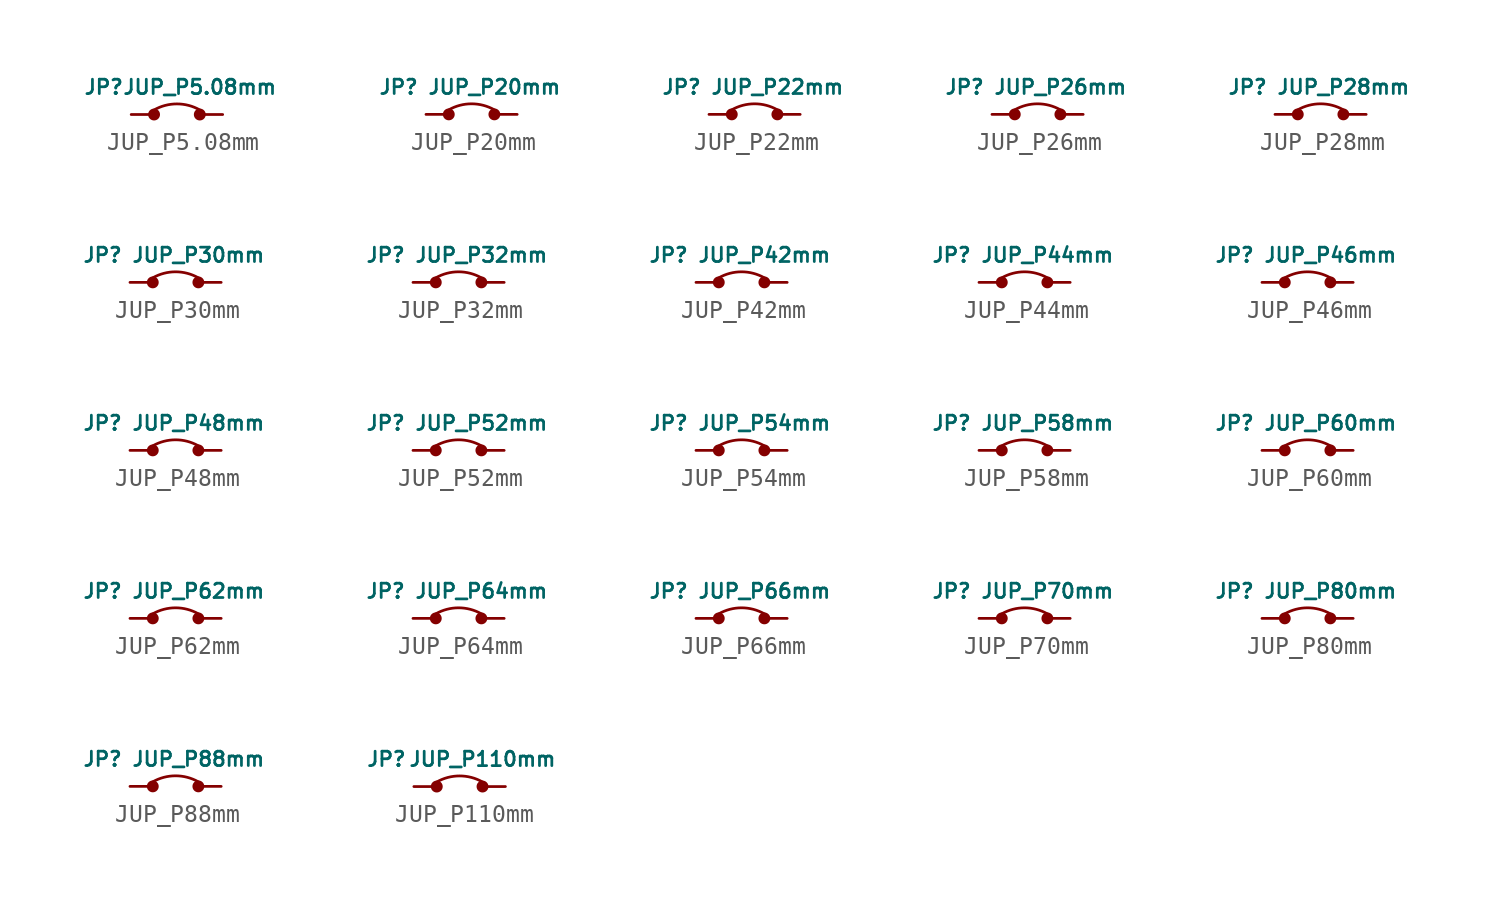
<source format=kicad_sym>
(kicad_symbol_lib
  (version 20211014)
  (generator kicad_symbol_editor)
  (symbol "JUP_P5.08mm"
    (property "Reference" "JP"
      (at -4.064 1.524 0)
      (effects (font (size 0.8 0.8))))
    (property "Value" "JUP_P5.08mm"
      (at 1.27 1.524 0)
      (effects (font (size 0.8 0.8))))
    (symbol "JUP_P5.08mm_0_1"
      (circle (center -1.27 0) (radius 0.254) (stroke (width 0) (type default) (color 0 0 0 0)) (fill (type outline)))
      (circle (center 1.27 0) (radius 0.254) (stroke (width 0) (type default) (color 0 0 0 0)) (fill (type outline)))
      (arc (start 1.27 0.254) (mid 0 0.5892) (end -1.27 0.254) (stroke (width 0) (type default) (color 0 0 0 0)) (fill (type none))))
    (symbol "JUP_P5.08mm_1_1"
      (pin passive line (at -2.54 0 0) (length 1.2) (name "" (effects (font (size 1.27 1.27)))) (number "1" (effects (font (size 0 0)))))
      (pin passive line (at 2.54 0 180) (length 1.2) (name "" (effects (font (size 1.27 1.27)))) (number "2" (effects (font (size 0 0)))))))
  (symbol "JUP_P20mm"
    (property "Reference" "JP"
      (at -4.064 1.524 0)
      (effects (font (size 0.8 0.8))))
    (property "Value" "JUP_P20mm"
      (at 1.27 1.524 0)
      (effects (font (size 0.8 0.8))))
    (symbol "JUP_P20mm_0_1"
      (circle (center -1.27 0) (radius 0.254) (stroke (width 0) (type default) (color 0 0 0 0)) (fill (type outline)))
      (circle (center 1.27 0) (radius 0.254) (stroke (width 0) (type default) (color 0 0 0 0)) (fill (type outline)))
      (arc (start 1.27 0.254) (mid 0 0.5892) (end -1.27 0.254) (stroke (width 0) (type default) (color 0 0 0 0)) (fill (type none))))
    (symbol "JUP_P20mm_1_1"
      (pin passive line (at -2.54 0 0) (length 1.2) (name "" (effects (font (size 1.27 1.27)))) (number "1" (effects (font (size 0 0)))))
      (pin passive line (at 2.54 0 180) (length 1.2) (name "" (effects (font (size 1.27 1.27)))) (number "2" (effects (font (size 0 0)))))))
  (symbol "JUP_P22mm"
    (property "Reference" "JP"
      (at -4.064 1.524 0)
      (effects (font (size 0.8 0.8))))
    (property "Value" "JUP_P22mm"
      (at 1.27 1.524 0)
      (effects (font (size 0.8 0.8))))
    (symbol "JUP_P22mm_0_1"
      (circle (center -1.27 0) (radius 0.254) (stroke (width 0) (type default) (color 0 0 0 0)) (fill (type outline)))
      (circle (center 1.27 0) (radius 0.254) (stroke (width 0) (type default) (color 0 0 0 0)) (fill (type outline)))
      (arc (start 1.27 0.254) (mid 0 0.5892) (end -1.27 0.254) (stroke (width 0) (type default) (color 0 0 0 0)) (fill (type none))))
    (symbol "JUP_P22mm_1_1"
      (pin passive line (at -2.54 0 0) (length 1.2) (name "" (effects (font (size 1.27 1.27)))) (number "1" (effects (font (size 0 0)))))
      (pin passive line (at 2.54 0 180) (length 1.2) (name "" (effects (font (size 1.27 1.27)))) (number "2" (effects (font (size 0 0)))))))
  (symbol "JUP_P26mm"
    (property "Reference" "JP"
      (at -4.064 1.524 0)
      (effects (font (size 0.8 0.8))))
    (property "Value" "JUP_P26mm"
      (at 1.27 1.524 0)
      (effects (font (size 0.8 0.8))))
    (symbol "JUP_P26mm_0_1"
      (circle (center -1.27 0) (radius 0.254) (stroke (width 0) (type default) (color 0 0 0 0)) (fill (type outline)))
      (circle (center 1.27 0) (radius 0.254) (stroke (width 0) (type default) (color 0 0 0 0)) (fill (type outline)))
      (arc (start 1.27 0.254) (mid 0 0.5892) (end -1.27 0.254) (stroke (width 0) (type default) (color 0 0 0 0)) (fill (type none))))
    (symbol "JUP_P26mm_1_1"
      (pin passive line (at -2.54 0 0) (length 1.2) (name "" (effects (font (size 1.27 1.27)))) (number "1" (effects (font (size 0 0)))))
      (pin passive line (at 2.54 0 180) (length 1.2) (name "" (effects (font (size 1.27 1.27)))) (number "2" (effects (font (size 0 0)))))))
  (symbol "JUP_P28mm"
    (property "Reference" "JP"
      (at -4.064 1.524 0)
      (effects (font (size 0.8 0.8))))
    (property "Value" "JUP_P28mm"
      (at 1.27 1.524 0)
      (effects (font (size 0.8 0.8))))
    (symbol "JUP_P28mm_0_1"
      (circle (center -1.27 0) (radius 0.254) (stroke (width 0) (type default) (color 0 0 0 0)) (fill (type outline)))
      (circle (center 1.27 0) (radius 0.254) (stroke (width 0) (type default) (color 0 0 0 0)) (fill (type outline)))
      (arc (start 1.27 0.254) (mid 0 0.5892) (end -1.27 0.254) (stroke (width 0) (type default) (color 0 0 0 0)) (fill (type none))))
    (symbol "JUP_P28mm_1_1"
      (pin passive line (at -2.54 0 0) (length 1.2) (name "" (effects (font (size 1.27 1.27)))) (number "1" (effects (font (size 0 0)))))
      (pin passive line (at 2.54 0 180) (length 1.2) (name "" (effects (font (size 1.27 1.27)))) (number "2" (effects (font (size 0 0)))))))
  (symbol "JUP_P30mm"
    (property "Reference" "JP"
      (at -4.064 1.524 0)
      (effects (font (size 0.8 0.8))))
    (property "Value" "JUP_P30mm"
      (at 1.27 1.524 0)
      (effects (font (size 0.8 0.8))))
    (symbol "JUP_P30mm_0_1"
      (circle (center -1.27 0) (radius 0.254) (stroke (width 0) (type default) (color 0 0 0 0)) (fill (type outline)))
      (circle (center 1.27 0) (radius 0.254) (stroke (width 0) (type default) (color 0 0 0 0)) (fill (type outline)))
      (arc (start 1.27 0.254) (mid 0 0.5892) (end -1.27 0.254) (stroke (width 0) (type default) (color 0 0 0 0)) (fill (type none))))
    (symbol "JUP_P30mm_1_1"
      (pin passive line (at -2.54 0 0) (length 1.2) (name "" (effects (font (size 1.27 1.27)))) (number "1" (effects (font (size 0 0)))))
      (pin passive line (at 2.54 0 180) (length 1.2) (name "" (effects (font (size 1.27 1.27)))) (number "2" (effects (font (size 0 0)))))))
  (symbol "JUP_P32mm"
    (property "Reference" "JP"
      (at -4.064 1.524 0)
      (effects (font (size 0.8 0.8))))
    (property "Value" "JUP_P32mm"
      (at 1.27 1.524 0)
      (effects (font (size 0.8 0.8))))
    (symbol "JUP_P32mm_0_1"
      (circle (center -1.27 0) (radius 0.254) (stroke (width 0) (type default) (color 0 0 0 0)) (fill (type outline)))
      (circle (center 1.27 0) (radius 0.254) (stroke (width 0) (type default) (color 0 0 0 0)) (fill (type outline)))
      (arc (start 1.27 0.254) (mid 0 0.5892) (end -1.27 0.254) (stroke (width 0) (type default) (color 0 0 0 0)) (fill (type none))))
    (symbol "JUP_P32mm_1_1"
      (pin passive line (at -2.54 0 0) (length 1.2) (name "" (effects (font (size 1.27 1.27)))) (number "1" (effects (font (size 0 0)))))
      (pin passive line (at 2.54 0 180) (length 1.2) (name "" (effects (font (size 1.27 1.27)))) (number "2" (effects (font (size 0 0)))))))
  (symbol "JUP_P42mm"
    (property "Reference" "JP"
      (at -4.064 1.524 0)
      (effects (font (size 0.8 0.8))))
    (property "Value" "JUP_P42mm"
      (at 1.27 1.524 0)
      (effects (font (size 0.8 0.8))))
    (symbol "JUP_P42mm_0_1"
      (circle (center -1.27 0) (radius 0.254) (stroke (width 0) (type default) (color 0 0 0 0)) (fill (type outline)))
      (circle (center 1.27 0) (radius 0.254) (stroke (width 0) (type default) (color 0 0 0 0)) (fill (type outline)))
      (arc (start 1.27 0.254) (mid 0 0.5892) (end -1.27 0.254) (stroke (width 0) (type default) (color 0 0 0 0)) (fill (type none))))
    (symbol "JUP_P42mm_1_1"
      (pin passive line (at -2.54 0 0) (length 1.2) (name "" (effects (font (size 1.27 1.27)))) (number "1" (effects (font (size 0 0)))))
      (pin passive line (at 2.54 0 180) (length 1.2) (name "" (effects (font (size 1.27 1.27)))) (number "2" (effects (font (size 0 0)))))))
  (symbol "JUP_P44mm"
    (property "Reference" "JP"
      (at -4.064 1.524 0)
      (effects (font (size 0.8 0.8))))
    (property "Value" "JUP_P44mm"
      (at 1.27 1.524 0)
      (effects (font (size 0.8 0.8))))
    (symbol "JUP_P44mm_0_1"
      (circle (center -1.27 0) (radius 0.254) (stroke (width 0) (type default) (color 0 0 0 0)) (fill (type outline)))
      (circle (center 1.27 0) (radius 0.254) (stroke (width 0) (type default) (color 0 0 0 0)) (fill (type outline)))
      (arc (start 1.27 0.254) (mid 0 0.5892) (end -1.27 0.254) (stroke (width 0) (type default) (color 0 0 0 0)) (fill (type none))))
    (symbol "JUP_P44mm_1_1"
      (pin passive line (at -2.54 0 0) (length 1.2) (name "" (effects (font (size 1.27 1.27)))) (number "1" (effects (font (size 0 0)))))
      (pin passive line (at 2.54 0 180) (length 1.2) (name "" (effects (font (size 1.27 1.27)))) (number "2" (effects (font (size 0 0)))))))
  (symbol "JUP_P46mm"
    (property "Reference" "JP"
      (at -4.064 1.524 0)
      (effects (font (size 0.8 0.8))))
    (property "Value" "JUP_P46mm"
      (at 1.27 1.524 0)
      (effects (font (size 0.8 0.8))))
    (symbol "JUP_P46mm_0_1"
      (circle (center -1.27 0) (radius 0.254) (stroke (width 0) (type default) (color 0 0 0 0)) (fill (type outline)))
      (circle (center 1.27 0) (radius 0.254) (stroke (width 0) (type default) (color 0 0 0 0)) (fill (type outline)))
      (arc (start 1.27 0.254) (mid 0 0.5892) (end -1.27 0.254) (stroke (width 0) (type default) (color 0 0 0 0)) (fill (type none))))
    (symbol "JUP_P46mm_1_1"
      (pin passive line (at -2.54 0 0) (length 1.2) (name "" (effects (font (size 1.27 1.27)))) (number "1" (effects (font (size 0 0)))))
      (pin passive line (at 2.54 0 180) (length 1.2) (name "" (effects (font (size 1.27 1.27)))) (number "2" (effects (font (size 0 0)))))))
  (symbol "JUP_P48mm"
    (property "Reference" "JP"
      (at -4.064 1.524 0)
      (effects (font (size 0.8 0.8))))
    (property "Value" "JUP_P48mm"
      (at 1.27 1.524 0)
      (effects (font (size 0.8 0.8))))
    (symbol "JUP_P48mm_0_1"
      (circle (center -1.27 0) (radius 0.254) (stroke (width 0) (type default) (color 0 0 0 0)) (fill (type outline)))
      (circle (center 1.27 0) (radius 0.254) (stroke (width 0) (type default) (color 0 0 0 0)) (fill (type outline)))
      (arc (start 1.27 0.254) (mid 0 0.5892) (end -1.27 0.254) (stroke (width 0) (type default) (color 0 0 0 0)) (fill (type none))))
    (symbol "JUP_P48mm_1_1"
      (pin passive line (at -2.54 0 0) (length 1.2) (name "" (effects (font (size 1.27 1.27)))) (number "1" (effects (font (size 0 0)))))
      (pin passive line (at 2.54 0 180) (length 1.2) (name "" (effects (font (size 1.27 1.27)))) (number "2" (effects (font (size 0 0)))))))
  (symbol "JUP_P52mm"
    (property "Reference" "JP"
      (at -4.064 1.524 0)
      (effects (font (size 0.8 0.8))))
    (property "Value" "JUP_P52mm"
      (at 1.27 1.524 0)
      (effects (font (size 0.8 0.8))))
    (symbol "JUP_P52mm_0_1"
      (circle (center -1.27 0) (radius 0.254) (stroke (width 0) (type default) (color 0 0 0 0)) (fill (type outline)))
      (circle (center 1.27 0) (radius 0.254) (stroke (width 0) (type default) (color 0 0 0 0)) (fill (type outline)))
      (arc (start 1.27 0.254) (mid 0 0.5892) (end -1.27 0.254) (stroke (width 0) (type default) (color 0 0 0 0)) (fill (type none))))
    (symbol "JUP_P52mm_1_1"
      (pin passive line (at -2.54 0 0) (length 1.2) (name "" (effects (font (size 1.27 1.27)))) (number "1" (effects (font (size 0 0)))))
      (pin passive line (at 2.54 0 180) (length 1.2) (name "" (effects (font (size 1.27 1.27)))) (number "2" (effects (font (size 0 0)))))))
  (symbol "JUP_P54mm"
    (property "Reference" "JP"
      (at -4.064 1.524 0)
      (effects (font (size 0.8 0.8))))
    (property "Value" "JUP_P54mm"
      (at 1.27 1.524 0)
      (effects (font (size 0.8 0.8))))
    (symbol "JUP_P54mm_0_1"
      (circle (center -1.27 0) (radius 0.254) (stroke (width 0) (type default) (color 0 0 0 0)) (fill (type outline)))
      (circle (center 1.27 0) (radius 0.254) (stroke (width 0) (type default) (color 0 0 0 0)) (fill (type outline)))
      (arc (start 1.27 0.254) (mid 0 0.5892) (end -1.27 0.254) (stroke (width 0) (type default) (color 0 0 0 0)) (fill (type none))))
    (symbol "JUP_P54mm_1_1"
      (pin passive line (at -2.54 0 0) (length 1.2) (name "" (effects (font (size 1.27 1.27)))) (number "1" (effects (font (size 0 0)))))
      (pin passive line (at 2.54 0 180) (length 1.2) (name "" (effects (font (size 1.27 1.27)))) (number "2" (effects (font (size 0 0)))))))
  (symbol "JUP_P58mm"
    (property "Reference" "JP"
      (at -4.064 1.524 0)
      (effects (font (size 0.8 0.8))))
    (property "Value" "JUP_P58mm"
      (at 1.27 1.524 0)
      (effects (font (size 0.8 0.8))))
    (symbol "JUP_P58mm_0_1"
      (circle (center -1.27 0) (radius 0.254) (stroke (width 0) (type default) (color 0 0 0 0)) (fill (type outline)))
      (circle (center 1.27 0) (radius 0.254) (stroke (width 0) (type default) (color 0 0 0 0)) (fill (type outline)))
      (arc (start 1.27 0.254) (mid 0 0.5892) (end -1.27 0.254) (stroke (width 0) (type default) (color 0 0 0 0)) (fill (type none))))
    (symbol "JUP_P58mm_1_1"
      (pin passive line (at -2.54 0 0) (length 1.2) (name "" (effects (font (size 1.27 1.27)))) (number "1" (effects (font (size 0 0)))))
      (pin passive line (at 2.54 0 180) (length 1.2) (name "" (effects (font (size 1.27 1.27)))) (number "2" (effects (font (size 0 0)))))))
  (symbol "JUP_P60mm"
    (property "Reference" "JP"
      (at -4.064 1.524 0)
      (effects (font (size 0.8 0.8))))
    (property "Value" "JUP_P60mm"
      (at 1.27 1.524 0)
      (effects (font (size 0.8 0.8))))
    (symbol "JUP_P60mm_0_1"
      (circle (center -1.27 0) (radius 0.254) (stroke (width 0) (type default) (color 0 0 0 0)) (fill (type outline)))
      (circle (center 1.27 0) (radius 0.254) (stroke (width 0) (type default) (color 0 0 0 0)) (fill (type outline)))
      (arc (start 1.27 0.254) (mid 0 0.5892) (end -1.27 0.254) (stroke (width 0) (type default) (color 0 0 0 0)) (fill (type none))))
    (symbol "JUP_P60mm_1_1"
      (pin passive line (at -2.54 0 0) (length 1.2) (name "" (effects (font (size 1.27 1.27)))) (number "1" (effects (font (size 0 0)))))
      (pin passive line (at 2.54 0 180) (length 1.2) (name "" (effects (font (size 1.27 1.27)))) (number "2" (effects (font (size 0 0)))))))
  (symbol "JUP_P62mm"
    (property "Reference" "JP"
      (at -4.064 1.524 0)
      (effects (font (size 0.8 0.8))))
    (property "Value" "JUP_P62mm"
      (at 1.27 1.524 0)
      (effects (font (size 0.8 0.8))))
    (symbol "JUP_P62mm_0_1"
      (circle (center -1.27 0) (radius 0.254) (stroke (width 0) (type default) (color 0 0 0 0)) (fill (type outline)))
      (circle (center 1.27 0) (radius 0.254) (stroke (width 0) (type default) (color 0 0 0 0)) (fill (type outline)))
      (arc (start 1.27 0.254) (mid 0 0.5892) (end -1.27 0.254) (stroke (width 0) (type default) (color 0 0 0 0)) (fill (type none))))
    (symbol "JUP_P62mm_1_1"
      (pin passive line (at -2.54 0 0) (length 1.2) (name "" (effects (font (size 1.27 1.27)))) (number "1" (effects (font (size 0 0)))))
      (pin passive line (at 2.54 0 180) (length 1.2) (name "" (effects (font (size 1.27 1.27)))) (number "2" (effects (font (size 0 0)))))))
  (symbol "JUP_P64mm"
    (property "Reference" "JP"
      (at -4.064 1.524 0)
      (effects (font (size 0.8 0.8))))
    (property "Value" "JUP_P64mm"
      (at 1.27 1.524 0)
      (effects (font (size 0.8 0.8))))
    (symbol "JUP_P64mm_0_1"
      (circle (center -1.27 0) (radius 0.254) (stroke (width 0) (type default) (color 0 0 0 0)) (fill (type outline)))
      (circle (center 1.27 0) (radius 0.254) (stroke (width 0) (type default) (color 0 0 0 0)) (fill (type outline)))
      (arc (start 1.27 0.254) (mid 0 0.5892) (end -1.27 0.254) (stroke (width 0) (type default) (color 0 0 0 0)) (fill (type none))))
    (symbol "JUP_P64mm_1_1"
      (pin passive line (at -2.54 0 0) (length 1.2) (name "" (effects (font (size 1.27 1.27)))) (number "1" (effects (font (size 0 0)))))
      (pin passive line (at 2.54 0 180) (length 1.2) (name "" (effects (font (size 1.27 1.27)))) (number "2" (effects (font (size 0 0)))))))
  (symbol "JUP_P66mm"
    (property "Reference" "JP"
      (at -4.064 1.524 0)
      (effects (font (size 0.8 0.8))))
    (property "Value" "JUP_P66mm"
      (at 1.27 1.524 0)
      (effects (font (size 0.8 0.8))))
    (symbol "JUP_P66mm_0_1"
      (circle (center -1.27 0) (radius 0.254) (stroke (width 0) (type default) (color 0 0 0 0)) (fill (type outline)))
      (circle (center 1.27 0) (radius 0.254) (stroke (width 0) (type default) (color 0 0 0 0)) (fill (type outline)))
      (arc (start 1.27 0.254) (mid 0 0.5892) (end -1.27 0.254) (stroke (width 0) (type default) (color 0 0 0 0)) (fill (type none))))
    (symbol "JUP_P66mm_1_1"
      (pin passive line (at -2.54 0 0) (length 1.2) (name "" (effects (font (size 1.27 1.27)))) (number "1" (effects (font (size 0 0)))))
      (pin passive line (at 2.54 0 180) (length 1.2) (name "" (effects (font (size 1.27 1.27)))) (number "2" (effects (font (size 0 0)))))))
  (symbol "JUP_P70mm"
    (property "Reference" "JP"
      (at -4.064 1.524 0)
      (effects (font (size 0.8 0.8))))
    (property "Value" "JUP_P70mm"
      (at 1.27 1.524 0)
      (effects (font (size 0.8 0.8))))
    (symbol "JUP_P70mm_0_1"
      (circle (center -1.27 0) (radius 0.254) (stroke (width 0) (type default) (color 0 0 0 0)) (fill (type outline)))
      (circle (center 1.27 0) (radius 0.254) (stroke (width 0) (type default) (color 0 0 0 0)) (fill (type outline)))
      (arc (start 1.27 0.254) (mid 0 0.5892) (end -1.27 0.254) (stroke (width 0) (type default) (color 0 0 0 0)) (fill (type none))))
    (symbol "JUP_P70mm_1_1"
      (pin passive line (at -2.54 0 0) (length 1.2) (name "" (effects (font (size 1.27 1.27)))) (number "1" (effects (font (size 0 0)))))
      (pin passive line (at 2.54 0 180) (length 1.2) (name "" (effects (font (size 1.27 1.27)))) (number "2" (effects (font (size 0 0)))))))
  (symbol "JUP_P80mm"
    (property "Reference" "JP"
      (at -4.064 1.524 0)
      (effects (font (size 0.8 0.8))))
    (property "Value" "JUP_P80mm"
      (at 1.27 1.524 0)
      (effects (font (size 0.8 0.8))))
    (symbol "JUP_P80mm_0_1"
      (circle (center -1.27 0) (radius 0.254) (stroke (width 0) (type default) (color 0 0 0 0)) (fill (type outline)))
      (circle (center 1.27 0) (radius 0.254) (stroke (width 0) (type default) (color 0 0 0 0)) (fill (type outline)))
      (arc (start 1.27 0.254) (mid 0 0.5892) (end -1.27 0.254) (stroke (width 0) (type default) (color 0 0 0 0)) (fill (type none))))
    (symbol "JUP_P80mm_1_1"
      (pin passive line (at -2.54 0 0) (length 1.2) (name "" (effects (font (size 1.27 1.27)))) (number "1" (effects (font (size 0 0)))))
      (pin passive line (at 2.54 0 180) (length 1.2) (name "" (effects (font (size 1.27 1.27)))) (number "2" (effects (font (size 0 0)))))))
  (symbol "JUP_P88mm"
    (property "Reference" "JP"
      (at -4.064 1.524 0)
      (effects (font (size 0.8 0.8))))
    (property "Value" "JUP_P88mm"
      (at 1.27 1.524 0)
      (effects (font (size 0.8 0.8))))
    (symbol "JUP_P88mm_0_1"
      (circle (center -1.27 0) (radius 0.254) (stroke (width 0) (type default) (color 0 0 0 0)) (fill (type outline)))
      (circle (center 1.27 0) (radius 0.254) (stroke (width 0) (type default) (color 0 0 0 0)) (fill (type outline)))
      (arc (start 1.27 0.254) (mid 0 0.5892) (end -1.27 0.254) (stroke (width 0) (type default) (color 0 0 0 0)) (fill (type none))))
    (symbol "JUP_P88mm_1_1"
      (pin passive line (at -2.54 0 0) (length 1.2) (name "" (effects (font (size 1.27 1.27)))) (number "1" (effects (font (size 0 0)))))
      (pin passive line (at 2.54 0 180) (length 1.2) (name "" (effects (font (size 1.27 1.27)))) (number "2" (effects (font (size 0 0)))))))
  (symbol "JUP_P110mm"
    (property "Reference" "JP"
      (at -4.064 1.524 0)
      (effects (font (size 0.8 0.8))))
    (property "Value" "JUP_P110mm"
      (at 1.27 1.524 0)
      (effects (font (size 0.8 0.8))))
    (symbol "JUP_P110mm_0_1"
      (circle (center -1.27 0) (radius 0.254) (stroke (width 0) (type default) (color 0 0 0 0)) (fill (type outline)))
      (circle (center 1.27 0) (radius 0.254) (stroke (width 0) (type default) (color 0 0 0 0)) (fill (type outline)))
      (arc (start 1.27 0.254) (mid 0 0.5892) (end -1.27 0.254) (stroke (width 0) (type default) (color 0 0 0 0)) (fill (type none))))
    (symbol "JUP_P110mm_1_1"
      (pin passive line (at -2.54 0 0) (length 1.2) (name "" (effects (font (size 1.27 1.27)))) (number "1" (effects (font (size 0 0)))))
      (pin passive line (at 2.54 0 180) (length 1.2) (name "" (effects (font (size 1.27 1.27)))) (number "2" (effects (font (size 0 0))))))))
</source>
